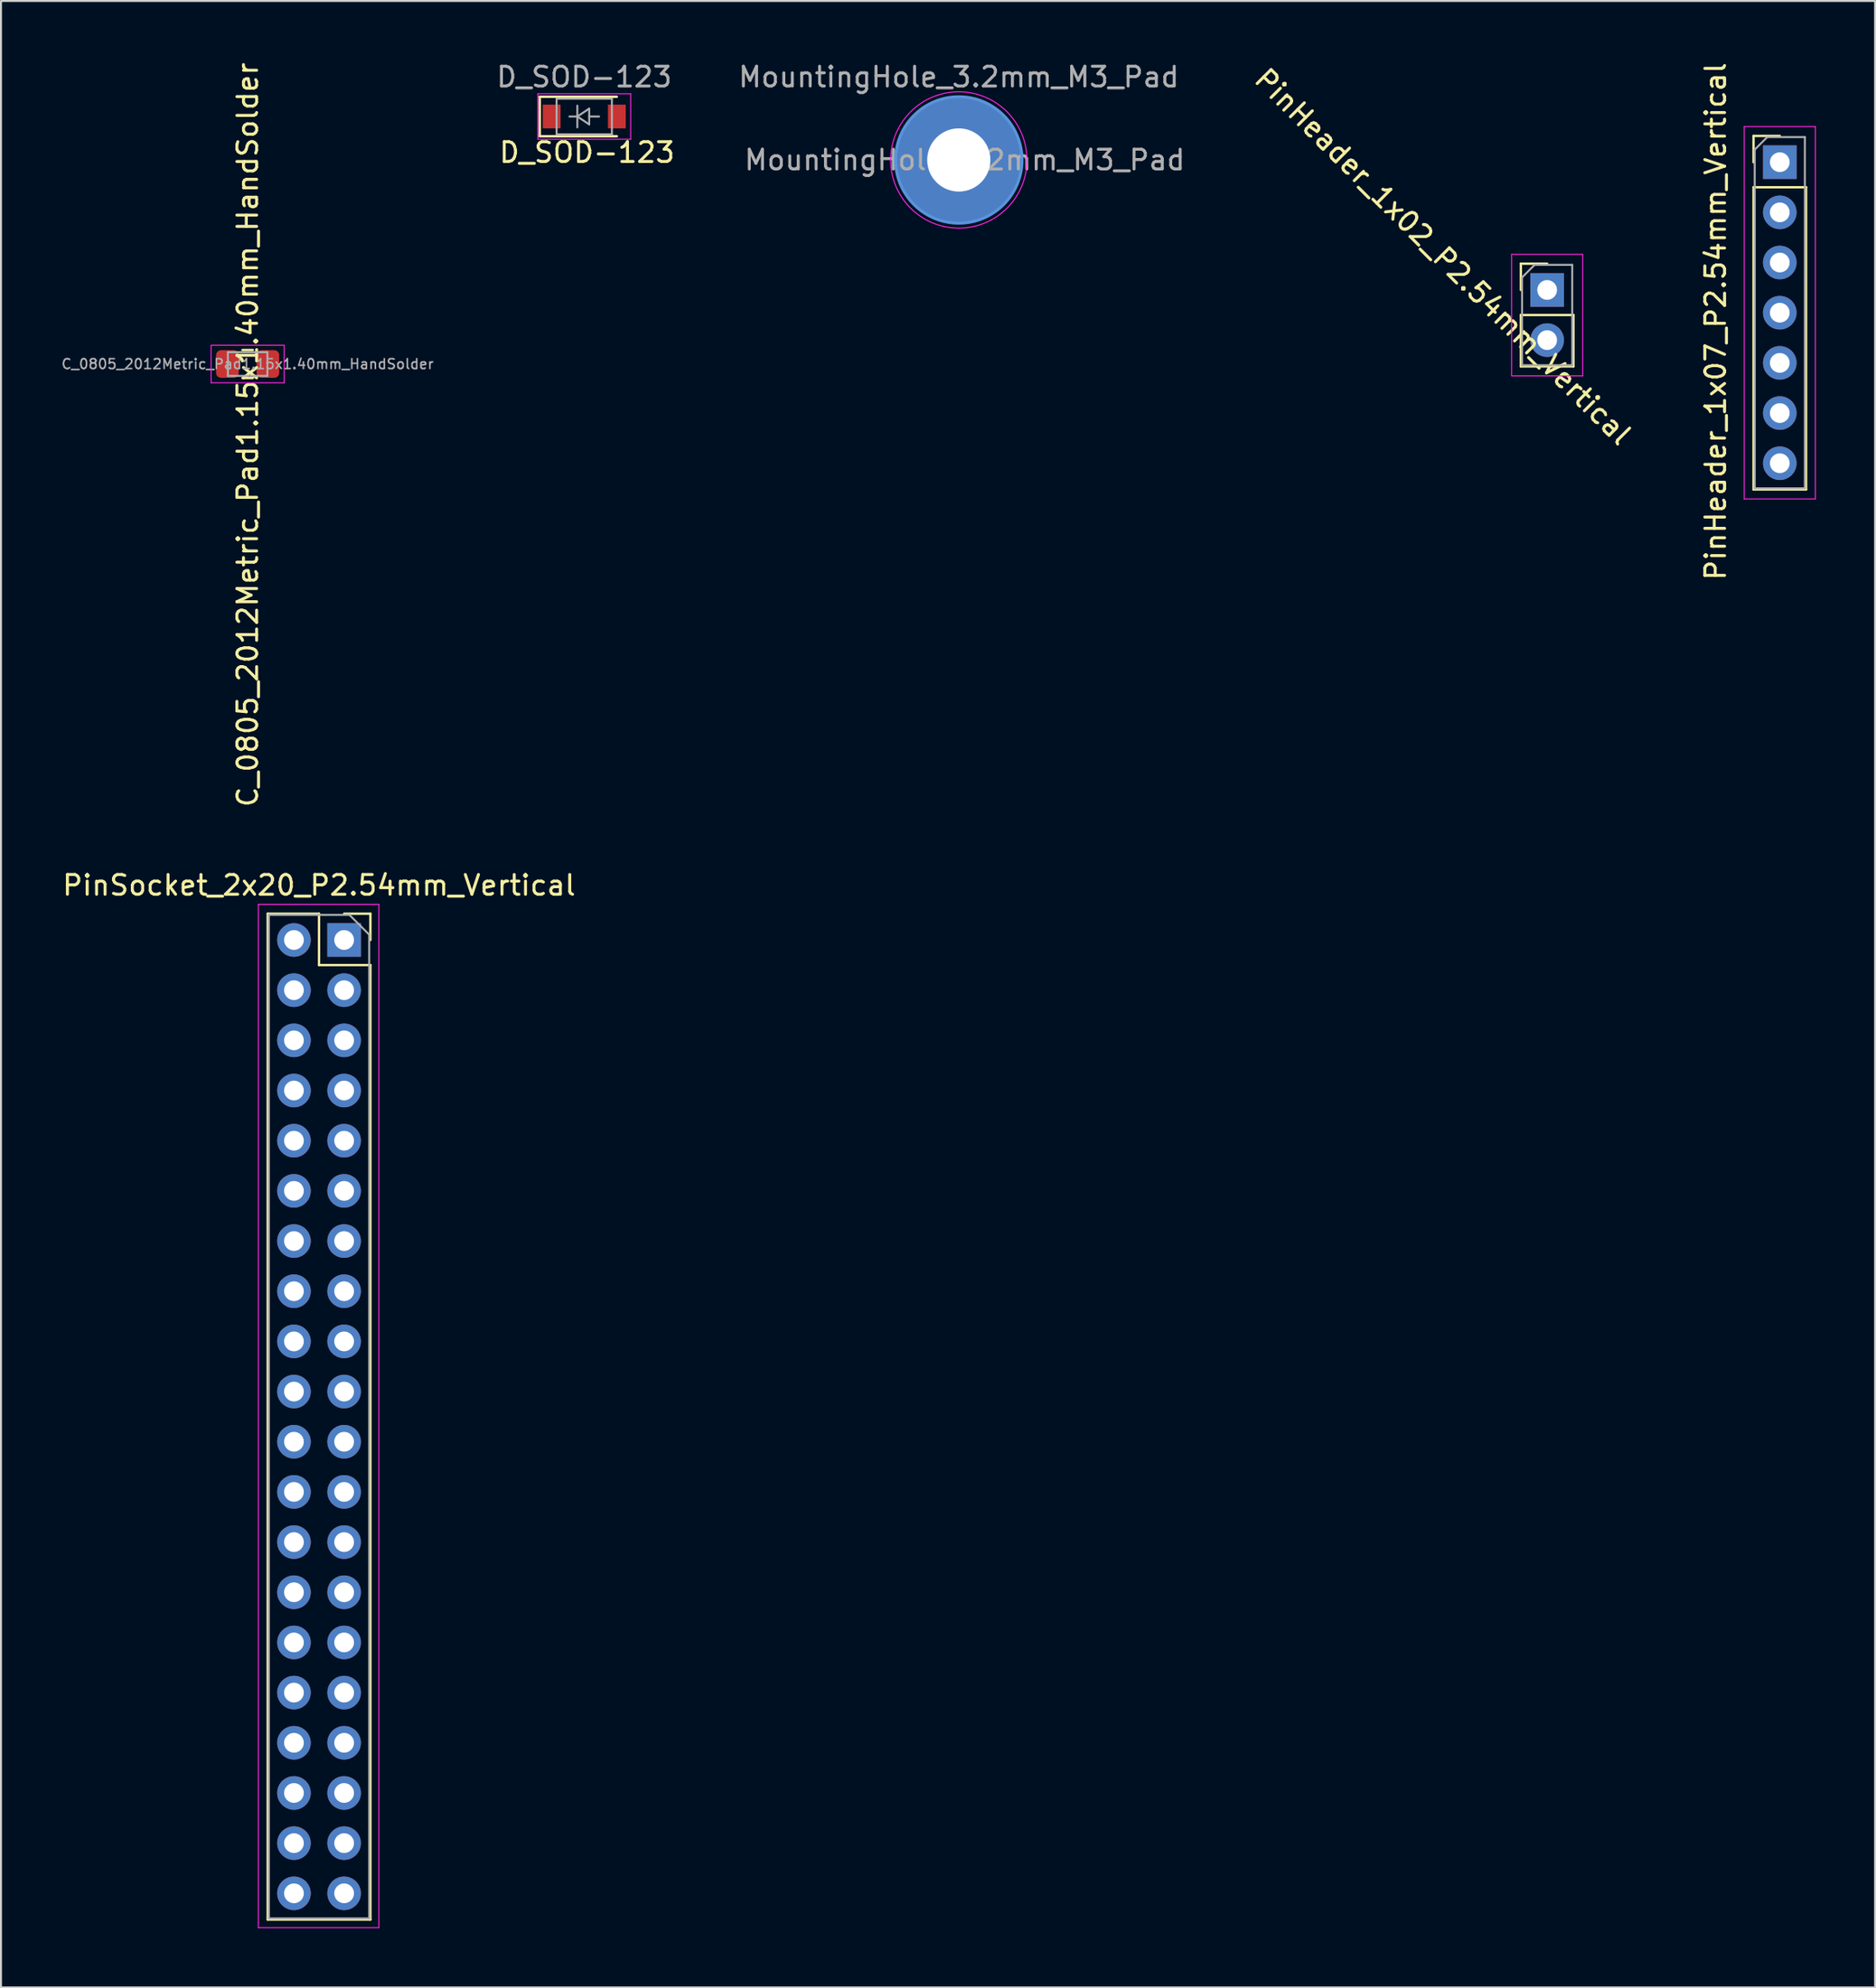
<source format=kicad_pcb>
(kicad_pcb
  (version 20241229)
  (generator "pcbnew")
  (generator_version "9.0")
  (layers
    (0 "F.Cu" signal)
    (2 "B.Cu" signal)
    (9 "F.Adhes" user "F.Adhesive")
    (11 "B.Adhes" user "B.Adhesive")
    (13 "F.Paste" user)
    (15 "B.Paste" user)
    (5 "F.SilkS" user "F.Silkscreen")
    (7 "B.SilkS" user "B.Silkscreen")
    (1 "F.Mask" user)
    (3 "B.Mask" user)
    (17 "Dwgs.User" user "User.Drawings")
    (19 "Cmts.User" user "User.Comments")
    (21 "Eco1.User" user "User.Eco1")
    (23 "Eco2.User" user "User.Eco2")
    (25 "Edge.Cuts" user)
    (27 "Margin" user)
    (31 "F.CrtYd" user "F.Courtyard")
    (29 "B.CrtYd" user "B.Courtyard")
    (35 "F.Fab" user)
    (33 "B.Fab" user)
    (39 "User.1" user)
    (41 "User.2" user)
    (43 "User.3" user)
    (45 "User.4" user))
  (footprint "PinSocket_2x20_P2.54mm_Vertical"
    (layer "F.Cu")
    (at 14.371 44.535)
    (property "Reference" "PinSocket_2x20_P2.54mm_Vertical" (at -1.27 -2.77 0) (layer "F.SilkS") (effects (font (size 1 1) (thickness 0.15))))
    (attr through_hole)
    (fp_line (start -3.87 -1.33) (end -3.87 49.59) (stroke (width 0.12) (type solid)) (layer "F.SilkS"))
    (fp_line (start -3.87 -1.33) (end -1.27 -1.33) (stroke (width 0.12) (type solid)) (layer "F.SilkS"))
    (fp_line (start -3.87 49.59) (end 1.33 49.59) (stroke (width 0.12) (type solid)) (layer "F.SilkS"))
    (fp_line (start -1.27 -1.33) (end -1.27 1.27) (stroke (width 0.12) (type solid)) (layer "F.SilkS"))
    (fp_line (start -1.27 1.27) (end 1.33 1.27) (stroke (width 0.12) (type solid)) (layer "F.SilkS"))
    (fp_line (start 0 -1.33) (end 1.33 -1.33) (stroke (width 0.12) (type solid)) (layer "F.SilkS"))
    (fp_line (start 1.33 -1.33) (end 1.33 0) (stroke (width 0.12) (type solid)) (layer "F.SilkS"))
    (fp_line (start 1.33 1.27) (end 1.33 49.59) (stroke (width 0.12) (type solid)) (layer "F.SilkS"))
    (fp_line (start -4.34 -1.8) (end 1.76 -1.8) (stroke (width 0.05) (type solid)) (layer "F.CrtYd"))
    (fp_line (start -4.34 50) (end -4.34 -1.8) (stroke (width 0.05) (type solid)) (layer "F.CrtYd"))
    (fp_line (start 1.76 -1.8) (end 1.76 50) (stroke (width 0.05) (type solid)) (layer "F.CrtYd"))
    (fp_line (start 1.76 50) (end -4.34 50) (stroke (width 0.05) (type solid)) (layer "F.CrtYd"))
    (fp_line (start -3.81 -1.27) (end 0.27 -1.27) (stroke (width 0.1) (type solid)) (layer "F.Fab"))
    (fp_line (start -3.81 49.53) (end -3.81 -1.27) (stroke (width 0.1) (type solid)) (layer "F.Fab"))
    (fp_line (start 0.27 -1.27) (end 1.27 -0.27) (stroke (width 0.1) (type solid)) (layer "F.Fab"))
    (fp_line (start 1.27 -0.27) (end 1.27 49.53) (stroke (width 0.1) (type solid)) (layer "F.Fab"))
    (fp_line (start 1.27 49.53) (end -3.81 49.53) (stroke (width 0.1) (type solid)) (layer "F.Fab"))
    (pad "1" thru_hole rect (at 0 0 180) (size 1.7 1.7) (drill 1) (layers "*.Cu" "*.Mask"))
    (pad "2" thru_hole oval (at -2.54 0 180) (size 1.7 1.7) (drill 1) (layers "*.Cu" "*.Mask"))
    (pad "3" thru_hole oval (at 0 2.54 180) (size 1.7 1.7) (drill 1) (layers "*.Cu" "*.Mask"))
    (pad "4" thru_hole oval (at -2.54 2.54 180) (size 1.7 1.7) (drill 1) (layers "*.Cu" "*.Mask"))
    (pad "5" thru_hole oval (at 0 5.08 180) (size 1.7 1.7) (drill 1) (layers "*.Cu" "*.Mask"))
    (pad "6" thru_hole oval (at -2.54 5.08 180) (size 1.7 1.7) (drill 1) (layers "*.Cu" "*.Mask"))
    (pad "7" thru_hole oval (at 0 7.62 180) (size 1.7 1.7) (drill 1) (layers "*.Cu" "*.Mask"))
    (pad "8" thru_hole oval (at -2.54 7.62 180) (size 1.7 1.7) (drill 1) (layers "*.Cu" "*.Mask"))
    (pad "9" thru_hole oval (at 0 10.16 180) (size 1.7 1.7) (drill 1) (layers "*.Cu" "*.Mask"))
    (pad "10" thru_hole oval (at -2.54 10.16 180) (size 1.7 1.7) (drill 1) (layers "*.Cu" "*.Mask"))
    (pad "11" thru_hole oval (at 0 12.7 180) (size 1.7 1.7) (drill 1) (layers "*.Cu" "*.Mask"))
    (pad "12" thru_hole oval (at -2.54 12.7 180) (size 1.7 1.7) (drill 1) (layers "*.Cu" "*.Mask"))
    (pad "13" thru_hole oval (at 0 15.24 180) (size 1.7 1.7) (drill 1) (layers "*.Cu" "*.Mask"))
    (pad "14" thru_hole oval (at -2.54 15.24 180) (size 1.7 1.7) (drill 1) (layers "*.Cu" "*.Mask"))
    (pad "15" thru_hole oval (at 0 17.78 180) (size 1.7 1.7) (drill 1) (layers "*.Cu" "*.Mask"))
    (pad "16" thru_hole oval (at -2.54 17.78 180) (size 1.7 1.7) (drill 1) (layers "*.Cu" "*.Mask"))
    (pad "17" thru_hole oval (at 0 20.32 180) (size 1.7 1.7) (drill 1) (layers "*.Cu" "*.Mask"))
    (pad "18" thru_hole oval (at -2.54 20.32 180) (size 1.7 1.7) (drill 1) (layers "*.Cu" "*.Mask"))
    (pad "19" thru_hole oval (at 0 22.86 180) (size 1.7 1.7) (drill 1) (layers "*.Cu" "*.Mask"))
    (pad "20" thru_hole oval (at -2.54 22.86 180) (size 1.7 1.7) (drill 1) (layers "*.Cu" "*.Mask"))
    (pad "21" thru_hole oval (at 0 25.4 180) (size 1.7 1.7) (drill 1) (layers "*.Cu" "*.Mask"))
    (pad "22" thru_hole oval (at -2.54 25.4 180) (size 1.7 1.7) (drill 1) (layers "*.Cu" "*.Mask"))
    (pad "23" thru_hole oval (at 0 27.94 180) (size 1.7 1.7) (drill 1) (layers "*.Cu" "*.Mask"))
    (pad "24" thru_hole oval (at -2.54 27.94 180) (size 1.7 1.7) (drill 1) (layers "*.Cu" "*.Mask"))
    (pad "25" thru_hole oval (at 0 30.48 180) (size 1.7 1.7) (drill 1) (layers "*.Cu" "*.Mask"))
    (pad "26" thru_hole oval (at -2.54 30.48 180) (size 1.7 1.7) (drill 1) (layers "*.Cu" "*.Mask"))
    (pad "27" thru_hole oval (at 0 33.02 180) (size 1.7 1.7) (drill 1) (layers "*.Cu" "*.Mask"))
    (pad "28" thru_hole oval (at -2.54 33.02 180) (size 1.7 1.7) (drill 1) (layers "*.Cu" "*.Mask"))
    (pad "29" thru_hole oval (at 0 35.56 180) (size 1.7 1.7) (drill 1) (layers "*.Cu" "*.Mask"))
    (pad "30" thru_hole oval (at -2.54 35.56 180) (size 1.7 1.7) (drill 1) (layers "*.Cu" "*.Mask"))
    (pad "31" thru_hole oval (at 0 38.1 180) (size 1.7 1.7) (drill 1) (layers "*.Cu" "*.Mask"))
    (pad "32" thru_hole oval (at -2.54 38.1 180) (size 1.7 1.7) (drill 1) (layers "*.Cu" "*.Mask"))
    (pad "33" thru_hole oval (at 0 40.64 180) (size 1.7 1.7) (drill 1) (layers "*.Cu" "*.Mask"))
    (pad "34" thru_hole oval (at -2.54 40.64 180) (size 1.7 1.7) (drill 1) (layers "*.Cu" "*.Mask"))
    (pad "35" thru_hole oval (at 0 43.18 180) (size 1.7 1.7) (drill 1) (layers "*.Cu" "*.Mask"))
    (pad "36" thru_hole oval (at -2.54 43.18 180) (size 1.7 1.7) (drill 1) (layers "*.Cu" "*.Mask"))
    (pad "37" thru_hole oval (at 0 45.72 180) (size 1.7 1.7) (drill 1) (layers "*.Cu" "*.Mask"))
    (pad "38" thru_hole oval (at -2.54 45.72 180) (size 1.7 1.7) (drill 1) (layers "*.Cu" "*.Mask"))
    (pad "39" thru_hole oval (at 0 48.26 180) (size 1.7 1.7) (drill 1) (layers "*.Cu" "*.Mask"))
    (pad "40" thru_hole oval (at -2.54 48.26 180) (size 1.7 1.7) (drill 1) (layers "*.Cu" "*.Mask")))
  (footprint "PinHeader_1x07_P2.54mm_Vertical"
    (layer "F.Cu")
    (at 87.05 5.16)
    (property "Reference" "PinHeader_1x07_P2.54mm_Vertical" (at -3.25 8.06 270) (layer "F.SilkS") (effects (font (size 1 1) (thickness 0.15))))
    (attr through_hole)
    (fp_line (start -1.33 -1.33) (end 0 -1.33) (stroke (width 0.12) (type solid)) (layer "F.SilkS"))
    (fp_line (start -1.33 0) (end -1.33 -1.33) (stroke (width 0.12) (type solid)) (layer "F.SilkS"))
    (fp_line (start -1.33 1.27) (end -1.33 16.57) (stroke (width 0.12) (type solid)) (layer "F.SilkS"))
    (fp_line (start -1.33 1.27) (end 1.33 1.27) (stroke (width 0.12) (type solid)) (layer "F.SilkS"))
    (fp_line (start -1.33 16.57) (end 1.33 16.57) (stroke (width 0.12) (type solid)) (layer "F.SilkS"))
    (fp_line (start 1.33 1.27) (end 1.33 16.57) (stroke (width 0.12) (type solid)) (layer "F.SilkS"))
    (fp_line (start -1.8 -1.8) (end -1.8 17.05) (stroke (width 0.05) (type solid)) (layer "F.CrtYd"))
    (fp_line (start -1.8 17.05) (end 1.8 17.05) (stroke (width 0.05) (type solid)) (layer "F.CrtYd"))
    (fp_line (start 1.8 -1.8) (end -1.8 -1.8) (stroke (width 0.05) (type solid)) (layer "F.CrtYd"))
    (fp_line (start 1.8 17.05) (end 1.8 -1.8) (stroke (width 0.05) (type solid)) (layer "F.CrtYd"))
    (fp_line (start -1.27 -0.635) (end -0.635 -1.27) (stroke (width 0.1) (type solid)) (layer "F.Fab"))
    (fp_line (start -1.27 16.51) (end -1.27 -0.635) (stroke (width 0.1) (type solid)) (layer "F.Fab"))
    (fp_line (start -0.635 -1.27) (end 1.27 -1.27) (stroke (width 0.1) (type solid)) (layer "F.Fab"))
    (fp_line (start 1.27 -1.27) (end 1.27 16.51) (stroke (width 0.1) (type solid)) (layer "F.Fab"))
    (fp_line (start 1.27 16.51) (end -1.27 16.51) (stroke (width 0.1) (type solid)) (layer "F.Fab"))
    (pad "1" thru_hole rect (at 0 0) (size 1.7 1.7) (drill 1) (layers "*.Cu" "*.Mask"))
    (pad "2" thru_hole oval (at 0 2.54) (size 1.7 1.7) (drill 1) (layers "*.Cu" "*.Mask"))
    (pad "3" thru_hole oval (at 0 5.08) (size 1.7 1.7) (drill 1) (layers "*.Cu" "*.Mask"))
    (pad "4" thru_hole oval (at 0 7.62) (size 1.7 1.7) (drill 1) (layers "*.Cu" "*.Mask"))
    (pad "5" thru_hole oval (at 0 10.16) (size 1.7 1.7) (drill 1) (layers "*.Cu" "*.Mask"))
    (pad "6" thru_hole oval (at 0 12.7) (size 1.7 1.7) (drill 1) (layers "*.Cu" "*.Mask"))
    (pad "7" thru_hole oval (at 0 15.24) (size 1.7 1.7) (drill 1) (layers "*.Cu" "*.Mask")))
  (footprint "C_0805_2012Metric_Pad1.15x1.40mm_HandSolder"
    (layer "F.Cu")
    (at 9.487 15.378)
    (property "Reference" "C_0805_2012Metric_Pad1.15x1.40mm_HandSolder" (at 0 3.58 90) (layer "F.SilkS") (effects (font (size 1 1) (thickness 0.15))))
    (attr smd)
    (fp_line (start -0.261 -0.71) (end 0.261 -0.71) (stroke (width 0.12) (type solid)) (layer "F.SilkS"))
    (fp_line (start -0.261 0.71) (end 0.261 0.71) (stroke (width 0.12) (type solid)) (layer "F.SilkS"))
    (fp_line (start -1.85 -0.95) (end 1.85 -0.95) (stroke (width 0.05) (type solid)) (layer "F.CrtYd"))
    (fp_line (start -1.85 0.95) (end -1.85 -0.95) (stroke (width 0.05) (type solid)) (layer "F.CrtYd"))
    (fp_line (start 1.85 -0.95) (end 1.85 0.95) (stroke (width 0.05) (type solid)) (layer "F.CrtYd"))
    (fp_line (start 1.85 0.95) (end -1.85 0.95) (stroke (width 0.05) (type solid)) (layer "F.CrtYd"))
    (fp_line (start -1 -0.6) (end 1 -0.6) (stroke (width 0.1) (type solid)) (layer "F.Fab"))
    (fp_line (start -1 0.6) (end -1 -0.6) (stroke (width 0.1) (type solid)) (layer "F.Fab"))
    (fp_line (start 1 -0.6) (end 1 0.6) (stroke (width 0.1) (type solid)) (layer "F.Fab"))
    (fp_line (start 1 0.6) (end -1 0.6) (stroke (width 0.1) (type solid)) (layer "F.Fab"))
    (fp_text user "${REFERENCE}" (at 0 0 0) (layer "F.Fab") (effects (font (size 0.5 0.5) (thickness 0.08))))
    (pad "1" smd roundrect (at -1.025 0 180) (size 1.15 1.4) (layers "F.Cu" "F.Mask" "F.Paste") (roundrect_rratio 0.217))
    (pad "2" smd roundrect (at 1.025 0 180) (size 1.15 1.4) (layers "F.Cu" "F.Mask" "F.Paste") (roundrect_rratio 0.217)))
  (footprint "PinHeader_1x02_P2.54mm_Vertical"
    (layer "F.Cu")
    (at 75.273 11.628)
    (property "Reference" "PinHeader_1x02_P2.54mm_Vertical" (at -5.269 -1.68 135) (layer "F.SilkS") (effects (font (size 1 1) (thickness 0.15))))
    (attr through_hole)
    (fp_line (start -1.33 -1.33) (end 0 -1.33) (stroke (width 0.12) (type solid)) (layer "F.SilkS"))
    (fp_line (start -1.33 0) (end -1.33 -1.33) (stroke (width 0.12) (type solid)) (layer "F.SilkS"))
    (fp_line (start -1.33 1.27) (end -1.33 3.87) (stroke (width 0.12) (type solid)) (layer "F.SilkS"))
    (fp_line (start -1.33 1.27) (end 1.33 1.27) (stroke (width 0.12) (type solid)) (layer "F.SilkS"))
    (fp_line (start -1.33 3.87) (end 1.33 3.87) (stroke (width 0.12) (type solid)) (layer "F.SilkS"))
    (fp_line (start 1.33 1.27) (end 1.33 3.87) (stroke (width 0.12) (type solid)) (layer "F.SilkS"))
    (fp_line (start -1.8 -1.8) (end -1.8 4.35) (stroke (width 0.05) (type solid)) (layer "F.CrtYd"))
    (fp_line (start -1.8 4.35) (end 1.8 4.35) (stroke (width 0.05) (type solid)) (layer "F.CrtYd"))
    (fp_line (start 1.8 -1.8) (end -1.8 -1.8) (stroke (width 0.05) (type solid)) (layer "F.CrtYd"))
    (fp_line (start 1.8 4.35) (end 1.8 -1.8) (stroke (width 0.05) (type solid)) (layer "F.CrtYd"))
    (fp_line (start -1.27 -0.635) (end -0.635 -1.27) (stroke (width 0.1) (type solid)) (layer "F.Fab"))
    (fp_line (start -1.27 3.81) (end -1.27 -0.635) (stroke (width 0.1) (type solid)) (layer "F.Fab"))
    (fp_line (start -0.635 -1.27) (end 1.27 -1.27) (stroke (width 0.1) (type solid)) (layer "F.Fab"))
    (fp_line (start 1.27 -1.27) (end 1.27 3.81) (stroke (width 0.1) (type solid)) (layer "F.Fab"))
    (fp_line (start 1.27 3.81) (end -1.27 3.81) (stroke (width 0.1) (type solid)) (layer "F.Fab"))
    (pad "1" thru_hole rect (at 0 0 180) (size 1.7 1.7) (drill 1) (layers "*.Cu" "*.Mask"))
    (pad "2" thru_hole oval (at 0 2.54 180) (size 1.7 1.7) (drill 1) (layers "*.Cu" "*.Mask")))
  (footprint "D_SOD-123"
    (layer "F.Cu")
    (at 26.527 2.848)
    (property "Reference" "D_SOD-123" (at 0.14 1.82 0) (layer "F.SilkS") (effects (font (size 1 1) (thickness 0.15))))
    (attr smd)
    (fp_line (start -2.25 -1) (end -2.25 1) (stroke (width 0.12) (type solid)) (layer "F.SilkS"))
    (fp_line (start -2.25 -1) (end 1.65 -1) (stroke (width 0.12) (type solid)) (layer "F.SilkS"))
    (fp_line (start -2.25 1) (end 1.65 1) (stroke (width 0.12) (type solid)) (layer "F.SilkS"))
    (fp_line (start -2.35 -1.15) (end -2.35 1.15) (stroke (width 0.05) (type solid)) (layer "F.CrtYd"))
    (fp_line (start -2.35 -1.15) (end 2.35 -1.15) (stroke (width 0.05) (type solid)) (layer "F.CrtYd"))
    (fp_line (start 2.35 -1.15) (end 2.35 1.15) (stroke (width 0.05) (type solid)) (layer "F.CrtYd"))
    (fp_line (start 2.35 1.15) (end -2.35 1.15) (stroke (width 0.05) (type solid)) (layer "F.CrtYd"))
    (fp_line (start -1.4 -0.9) (end 1.4 -0.9) (stroke (width 0.1) (type solid)) (layer "F.Fab"))
    (fp_line (start -1.4 0.9) (end -1.4 -0.9) (stroke (width 0.1) (type solid)) (layer "F.Fab"))
    (fp_line (start -0.75 0) (end -0.35 0) (stroke (width 0.1) (type solid)) (layer "F.Fab"))
    (fp_line (start -0.35 0) (end -0.35 -0.55) (stroke (width 0.1) (type solid)) (layer "F.Fab"))
    (fp_line (start -0.35 0) (end -0.35 0.55) (stroke (width 0.1) (type solid)) (layer "F.Fab"))
    (fp_line (start -0.35 0) (end 0.25 -0.4) (stroke (width 0.1) (type solid)) (layer "F.Fab"))
    (fp_line (start 0.25 -0.4) (end 0.25 0.4) (stroke (width 0.1) (type solid)) (layer "F.Fab"))
    (fp_line (start 0.25 0) (end 0.75 0) (stroke (width 0.1) (type solid)) (layer "F.Fab"))
    (fp_line (start 0.25 0.4) (end -0.35 0) (stroke (width 0.1) (type solid)) (layer "F.Fab"))
    (fp_line (start 1.4 -0.9) (end 1.4 0.9) (stroke (width 0.1) (type solid)) (layer "F.Fab"))
    (fp_line (start 1.4 0.9) (end -1.4 0.9) (stroke (width 0.1) (type solid)) (layer "F.Fab"))
    (fp_text user "${REFERENCE}" (at 0 -2 0) (layer "F.Fab") (effects (font (size 1 1) (thickness 0.15))))
    (pad "1" smd rect (at -1.65 0 180) (size 0.9 1.2) (layers "F.Cu" "F.Mask" "F.Paste"))
    (pad "2" smd rect (at 1.65 0 180) (size 0.9 1.2) (layers "F.Cu" "F.Mask" "F.Paste")))
  (footprint "MountingHole_3.2mm_M3_Pad"
    (layer "F.Cu")
    (at 45.488 5.048)
    (property "Reference" "MountingHole_3.2mm_M3_Pad" (at 0 -4.2 0) (layer "F.Fab") (effects (font (size 1 1) (thickness 0.15))))
    (attr exclude_from_pos_files exclude_from_bom)
    (fp_circle (center 0 0) (end 3.2 0) (stroke (width 0.15) (type solid)) (fill no) (layer "Cmts.User"))
    (fp_circle (center 0 0) (end 3.45 0) (stroke (width 0.05) (type solid)) (fill no) (layer "F.CrtYd"))
    (fp_text user "${REFERENCE}" (at 0.3 0 0) (layer "F.Fab") (effects (font (size 1 1) (thickness 0.15))))
    (pad "1" thru_hole circle (at 0 0) (size 6.4 6.4) (drill 3.2) (layers "*.Cu" "*.Mask")))
  (gr_rect
    (start -3 -3)
    (end 91.875 97.56)
    (stroke (width 0.1) (type default))
    (fill no)
    (layer "Edge.Cuts")))
</source>
